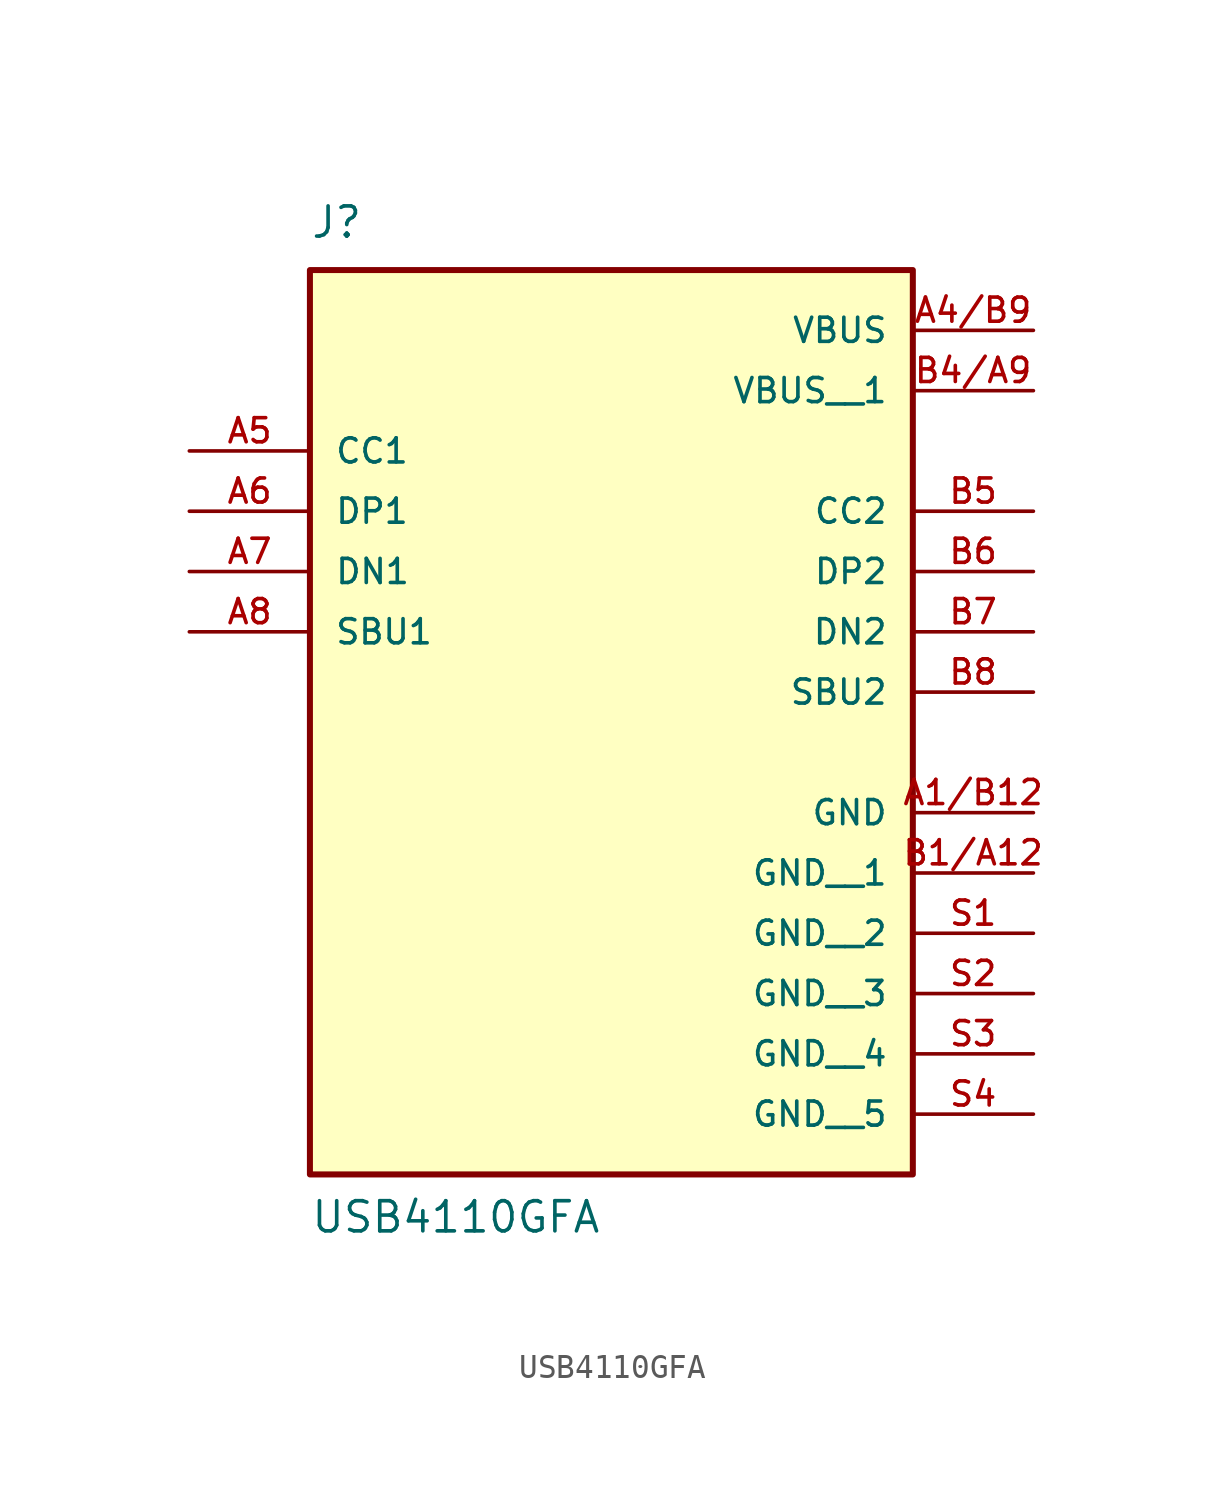
<source format=kicad_sym>
(kicad_symbol_lib
  (version 20211014)
  (generator kicad_symbol_editor)
  (symbol "USB4110GFA"
    (pin_names
      (offset 1.016))
    (property "Reference" "J"
      (at -12.7 11.43 0)
      (effects (font (size 1.27 1.27)) (justify bottom left)))
    (property "Value" "USB4110GFA"
      (at -12.7 -30.48 0)
      (effects (font (size 1.27 1.27)) (justify bottom left)))
    (symbol "USB4110GFA_0_0"
      (rectangle (start -12.7 -27.94) (end 12.7 10.16) (stroke (width 0.254)) (fill (type background)))
      (pin bidirectional line (at -17.78 2.54 0) (length 5.08) (name "CC1" (effects (font (size 1.016 1.016)))) (number "A5" (effects (font (size 1.016 1.016)))))
      (pin bidirectional line (at -17.78 0.0 0) (length 5.08) (name "DP1" (effects (font (size 1.016 1.016)))) (number "A6" (effects (font (size 1.016 1.016)))))
      (pin bidirectional line (at -17.78 -2.54 0) (length 5.08) (name "DN1" (effects (font (size 1.016 1.016)))) (number "A7" (effects (font (size 1.016 1.016)))))
      (pin bidirectional line (at -17.78 -5.08 0) (length 5.08) (name "SBU1" (effects (font (size 1.016 1.016)))) (number "A8" (effects (font (size 1.016 1.016)))))
      (pin power_in line (at 17.78 7.62 180.0) (length 5.08) (name "VBUS" (effects (font (size 1.016 1.016)))) (number "A4/B9" (effects (font (size 1.016 1.016)))))
      (pin bidirectional line (at 17.78 0.0 180.0) (length 5.08) (name "CC2" (effects (font (size 1.016 1.016)))) (number "B5" (effects (font (size 1.016 1.016)))))
      (pin bidirectional line (at 17.78 -2.54 180.0) (length 5.08) (name "DP2" (effects (font (size 1.016 1.016)))) (number "B6" (effects (font (size 1.016 1.016)))))
      (pin bidirectional line (at 17.78 -5.08 180.0) (length 5.08) (name "DN2" (effects (font (size 1.016 1.016)))) (number "B7" (effects (font (size 1.016 1.016)))))
      (pin bidirectional line (at 17.78 -7.62 180.0) (length 5.08) (name "SBU2" (effects (font (size 1.016 1.016)))) (number "B8" (effects (font (size 1.016 1.016)))))
      (pin power_in line (at 17.78 -12.7 180.0) (length 5.08) (name "GND" (effects (font (size 1.016 1.016)))) (number "A1/B12" (effects (font (size 1.016 1.016)))))
      (pin power_in line (at 17.78 5.08 180.0) (length 5.08) (name "VBUS__1" (effects (font (size 1.016 1.016)))) (number "B4/A9" (effects (font (size 1.016 1.016)))))
      (pin power_in line (at 17.78 -15.24 180.0) (length 5.08) (name "GND__1" (effects (font (size 1.016 1.016)))) (number "B1/A12" (effects (font (size 1.016 1.016)))))
      (pin power_in line (at 17.78 -17.78 180.0) (length 5.08) (name "GND__2" (effects (font (size 1.016 1.016)))) (number "S1" (effects (font (size 1.016 1.016)))))
      (pin power_in line (at 17.78 -20.32 180.0) (length 5.08) (name "GND__3" (effects (font (size 1.016 1.016)))) (number "S2" (effects (font (size 1.016 1.016)))))
      (pin power_in line (at 17.78 -22.86 180.0) (length 5.08) (name "GND__4" (effects (font (size 1.016 1.016)))) (number "S3" (effects (font (size 1.016 1.016)))))
      (pin power_in line (at 17.78 -25.4 180.0) (length 5.08) (name "GND__5" (effects (font (size 1.016 1.016)))) (number "S4" (effects (font (size 1.016 1.016))))))))
</source>
